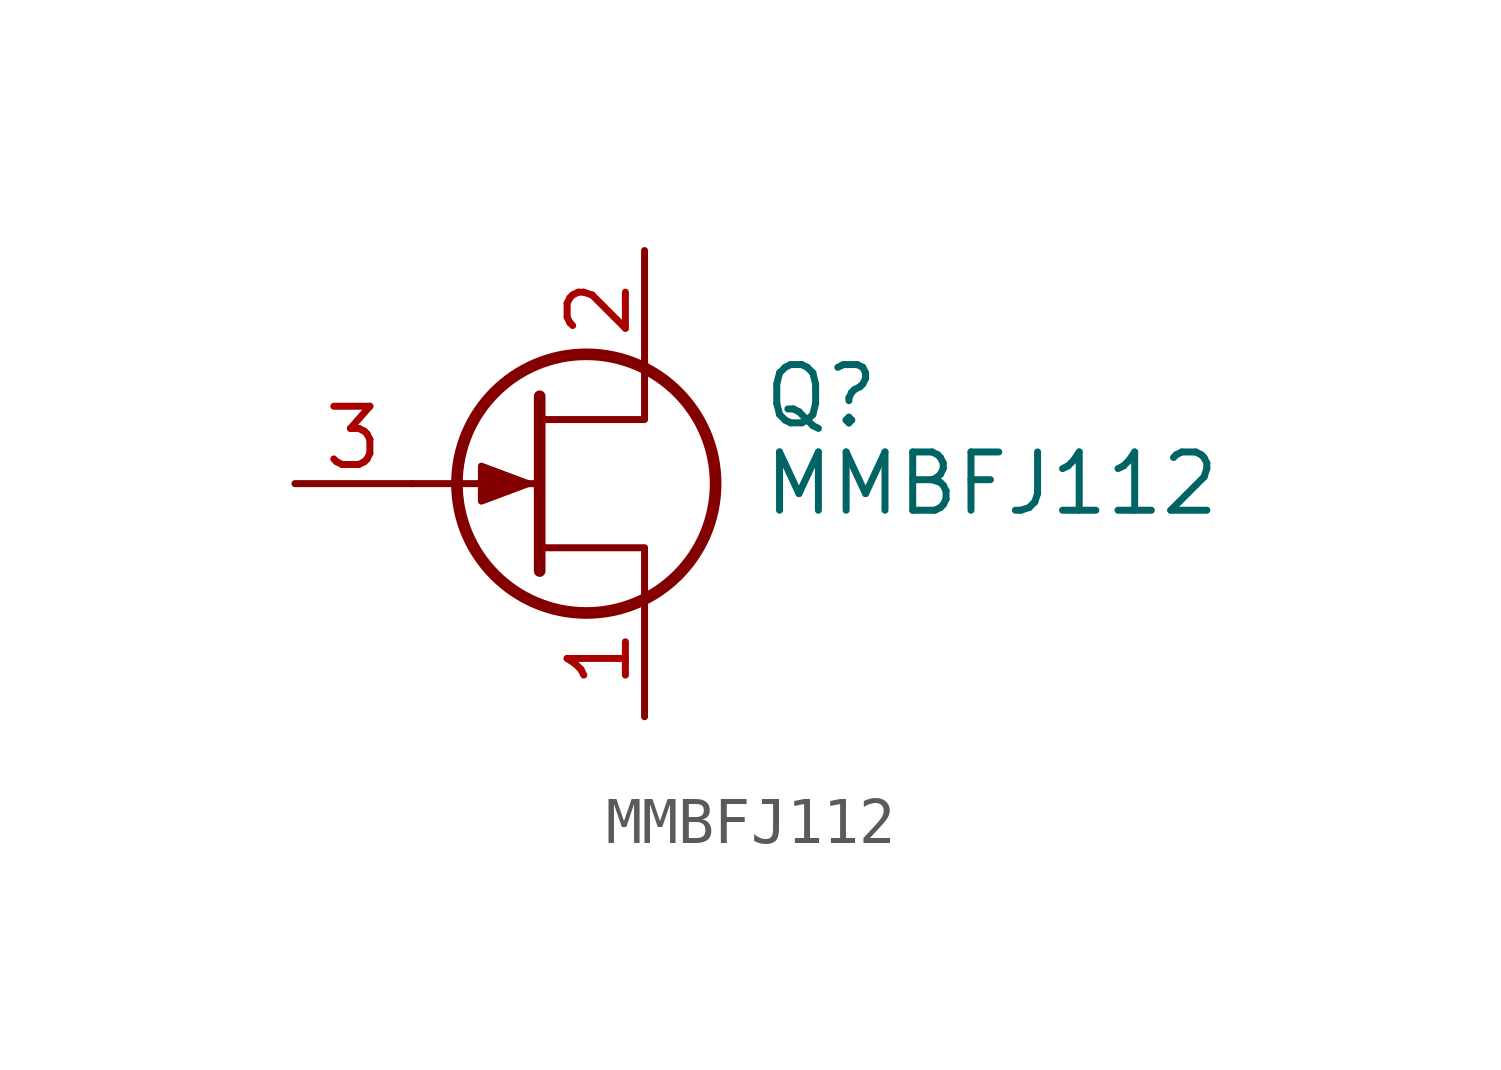
<source format=kicad_sym>
(kicad_symbol_lib
  (version 20231120)
  (generator "kicad_symbol_editor")
  (generator_version "8.0")
  (symbol "MMBFJ112"
    (pin_names hide)
    (property "Reference" "Q"
      (at 5.08 1.905 0)
      (effects (font (size 1.27 1.27)) (justify left)))
    (property "Value" "MMBFJ112"
      (at 5.08 0 0)
      (effects (font (size 1.27 1.27)) (justify left)))
    (symbol "MMBFJ112_0_1"
      (polyline (pts (xy 0.254 0) (xy -2.54 0)) (stroke (width 0) (type default)) (fill (type none)))
      (polyline (pts (xy 0.254 1.905) (xy 0.254 -1.905)) (stroke (width 0.254) (type default)) (fill (type none)))
      (polyline (pts (xy 2.54 -2.54) (xy 2.54 -1.397) (xy 0.254 -1.397)) (stroke (width 0) (type default)) (fill (type none)))
      (polyline (pts (xy 2.54 2.54) (xy 2.54 1.397) (xy 0.254 1.397)) (stroke (width 0) (type default)) (fill (type none)))
      (polyline (pts (xy 0 0) (xy -1.016 0.381) (xy -1.016 -0.381) (xy 0 0)) (stroke (width 0) (type default)) (fill (type outline)))
      (circle (center 1.27 0) (radius 2.819) (stroke (width 0.254) (type default)) (fill (type none))))
    (symbol "MMBFJ112_1_1"
      (pin passive line (at 2.54 -5.08 90) (length 2.54) (name "S" (effects (font (size 1.27 1.27)))) (number "1" (effects (font (size 1.27 1.27)))))
      (pin passive line (at 2.54 5.08 270) (length 2.54) (name "D" (effects (font (size 1.27 1.27)))) (number "2" (effects (font (size 1.27 1.27)))))
      (pin input line (at -5.08 0 0) (length 2.54) (name "G" (effects (font (size 1.27 1.27)))) (number "3" (effects (font (size 1.27 1.27))))))))
</source>
